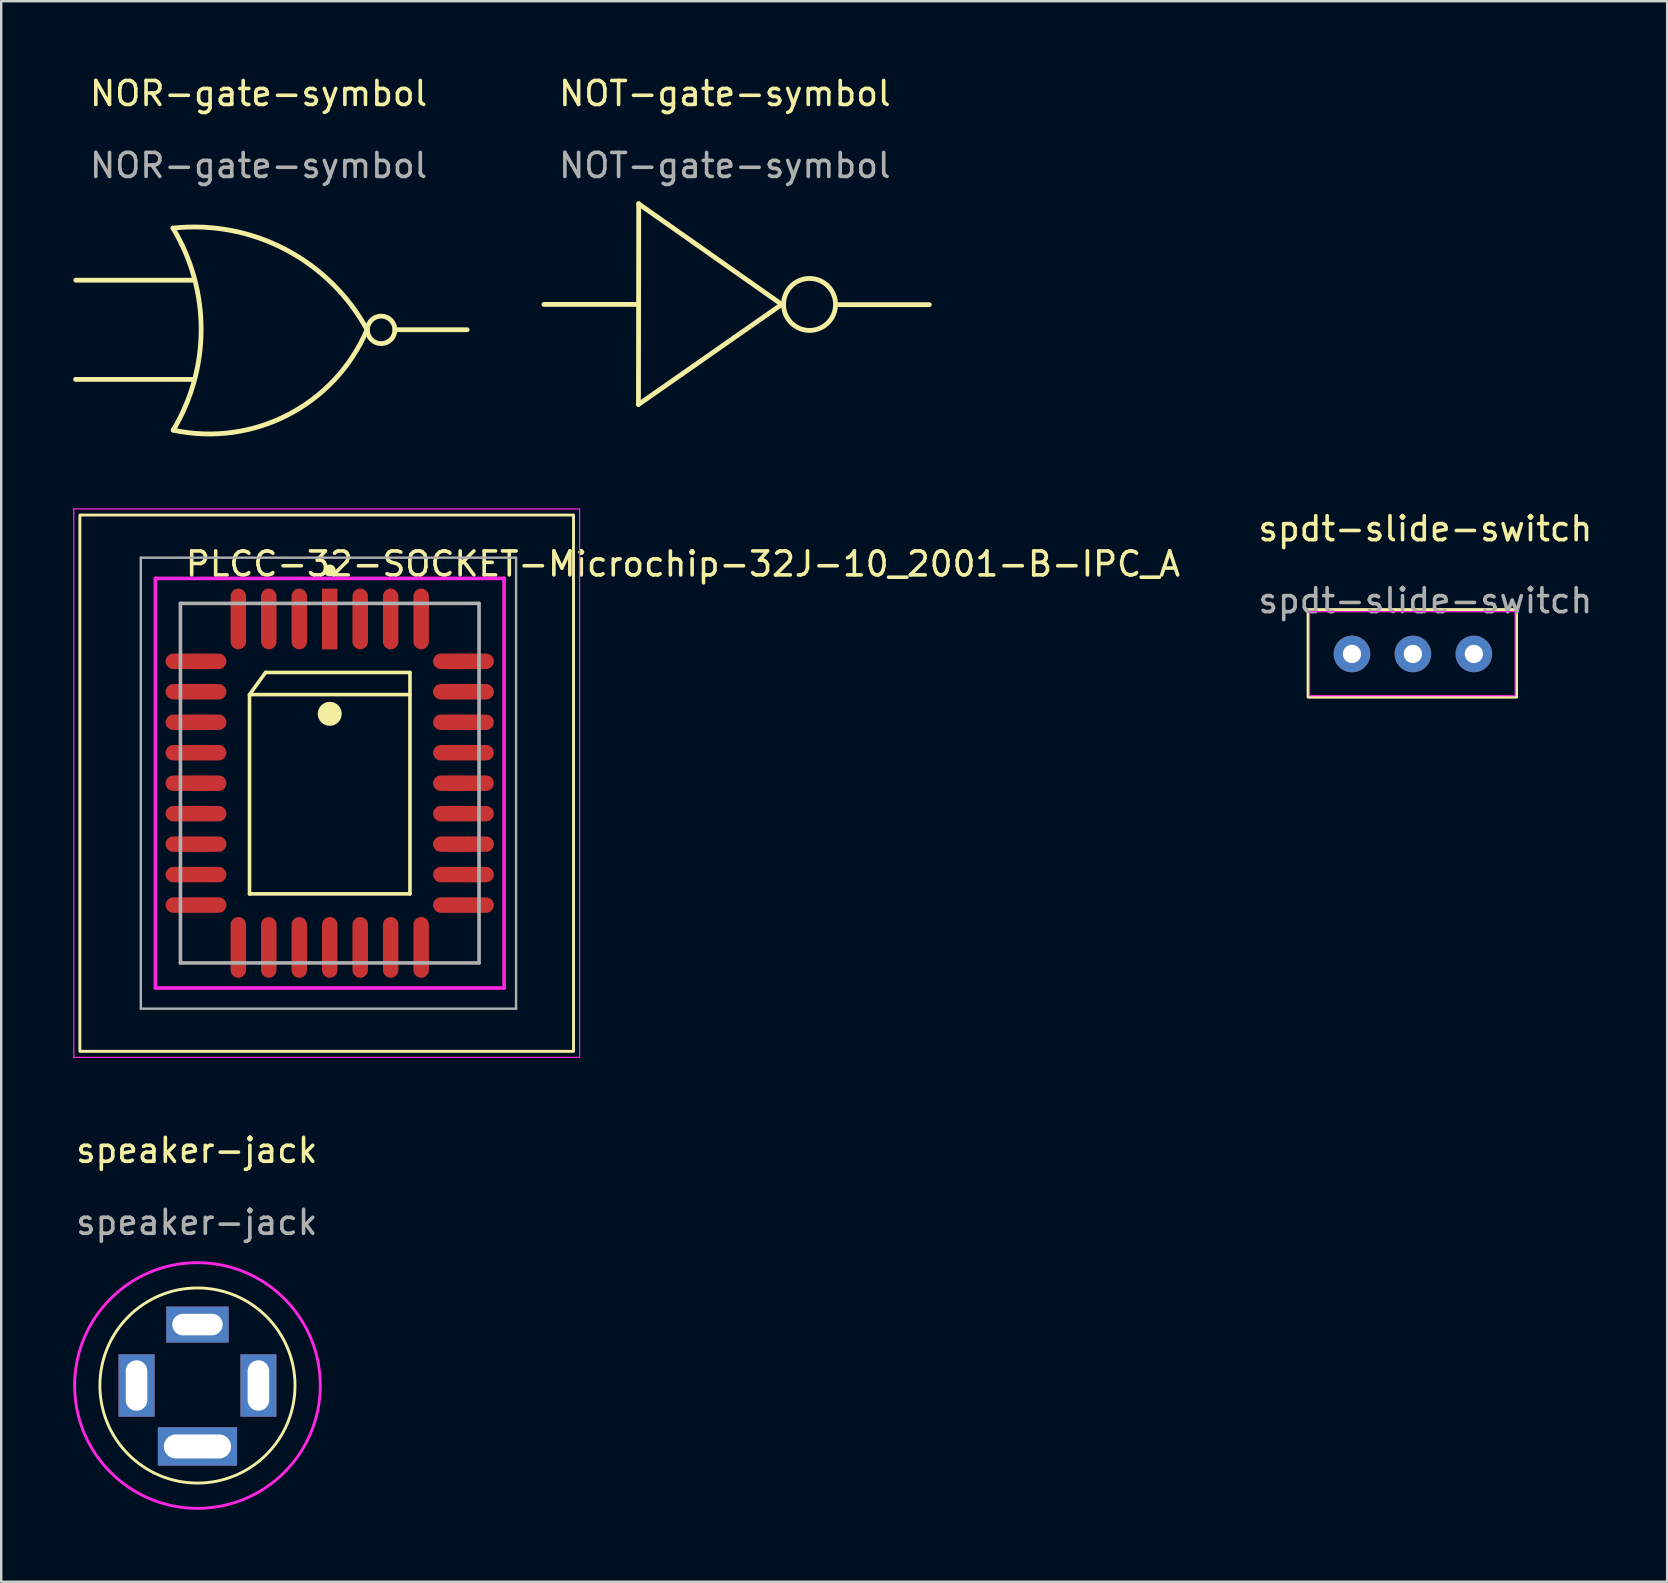
<source format=kicad_pcb>
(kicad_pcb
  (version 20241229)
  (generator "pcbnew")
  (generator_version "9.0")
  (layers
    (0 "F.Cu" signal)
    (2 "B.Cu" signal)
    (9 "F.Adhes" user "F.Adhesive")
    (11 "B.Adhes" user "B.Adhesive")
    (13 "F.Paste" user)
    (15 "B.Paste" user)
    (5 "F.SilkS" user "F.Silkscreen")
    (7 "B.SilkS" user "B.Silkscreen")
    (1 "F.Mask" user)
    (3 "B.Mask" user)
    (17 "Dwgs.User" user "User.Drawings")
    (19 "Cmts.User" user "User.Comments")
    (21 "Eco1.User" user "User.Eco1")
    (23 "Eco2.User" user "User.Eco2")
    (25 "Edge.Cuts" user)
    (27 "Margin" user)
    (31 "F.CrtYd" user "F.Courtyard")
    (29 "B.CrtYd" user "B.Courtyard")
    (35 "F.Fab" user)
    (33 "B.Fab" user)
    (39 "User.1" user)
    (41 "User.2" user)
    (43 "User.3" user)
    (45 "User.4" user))
  (footprint "speaker-jack"
    (layer "F.Cu")
    (at 5.15 45.396)
    (property "Reference" "speaker-jack" (at 0 -0.5 0) (unlocked yes) (layer "F.SilkS") (effects (font (size 1 1) (thickness 0.15))))
    (attr through_hole)
    (fp_circle (center 0.03 9.3) (end 2.57 12.475) (stroke (width 0.12) (type solid)) (fill no) (layer "F.SilkS"))
    (fp_circle (center 0.03 9.3) (end 2.57 13.745) (stroke (width 0.12) (type solid)) (fill no) (layer "F.CrtYd"))
    (fp_text user "${REFERENCE}" (at 0 2.5 0) (unlocked yes) (layer "F.Fab") (effects (font (size 1 1) (thickness 0.15))))
    (pad "R1" thru_hole rect (at 2.57 9.3 180) (size 1.5 2.6) (drill oval 0.9 2.1) (layers "*.Cu" "*.Mask"))
    (pad "R2" thru_hole rect (at 0.03 11.84 90) (size 1.6 3.3) (drill oval 1 2.8) (layers "*.Cu" "*.Mask"))
    (pad "S" thru_hole rect (at 0.03 6.76 90) (size 1.5 2.6) (drill oval 0.9 2.1) (layers "*.Cu" "*.Mask"))
    (pad "T" thru_hole rect (at -2.51 9.3 180) (size 1.5 2.6) (drill oval 0.9 2.1) (layers "*.Cu" "*.Mask")))
  (footprint "NOR-gate-symbol"
    (layer "F.Cu")
    (at 7.729 1.348)
    (property "Reference" "NOR-gate-symbol" (at 0 -0.5 0) (unlocked yes) (layer "F.SilkS") (effects (font (size 1 1) (thickness 0.15))))
    (fp_line (start -2.67 11.414) (end -7.629 11.414) (stroke (width 0.2) (type solid)) (layer "F.SilkS"))
    (fp_line (start -2.66 7.28) (end -7.619 7.28) (stroke (width 0.2) (type solid)) (layer "F.SilkS"))
    (fp_line (start 8.691 9.344) (end 5.68 9.344) (stroke (width 0.2) (type solid)) (layer "F.SilkS"))
    (fp_arc (start -3.57 5.11) (mid -2.395485 9.318611) (end -3.56 13.53) (stroke (width 0.2) (type solid)) (layer "F.SilkS"))
    (fp_arc (start -3.57 5.11) (mid 1.118155 5.99791) (end 4.52 9.343749) (stroke (width 0.2) (type solid)) (layer "F.SilkS"))
    (fp_arc (start 4.52 9.343749) (mid 1.231509 12.887382) (end -3.56 13.53) (stroke (width 0.2) (type solid)) (layer "F.SilkS"))
    (fp_circle (center 5.107 9.35) (end 5.68 9.35) (stroke (width 0.2) (type solid)) (fill no) (layer "F.SilkS"))
    (fp_text user "${REFERENCE}" (at 0 2.5 0) (unlocked yes) (layer "F.Fab") (effects (font (size 1 1) (thickness 0.15)))))
  (footprint "NOT-gate-symbol"
    (layer "F.Cu")
    (at 27.161 1.348)
    (property "Reference" "NOT-gate-symbol" (at 0 -0.5 0) (unlocked yes) (layer "F.SilkS") (effects (font (size 1 1) (thickness 0.15))))
    (fp_line (start -7.541 8.29) (end -3.659 8.29) (stroke (width 0.2) (type solid)) (layer "F.SilkS"))
    (fp_line (start -3.601 12.46) (end 2.37 8.29) (stroke (width 0.2) (type solid)) (layer "F.SilkS"))
    (fp_line (start -3.59 4.086) (end -3.601 12.46) (stroke (width 0.2) (type solid)) (layer "F.SilkS"))
    (fp_line (start 2.37 8.29) (end -3.59 4.1) (stroke (width 0.2) (type solid)) (layer "F.SilkS"))
    (fp_line (start 4.638 8.3) (end 8.52 8.3) (stroke (width 0.2) (type solid)) (layer "F.SilkS"))
    (fp_circle (center 3.53 8.29) (end 4.613 8.29) (stroke (width 0.2) (type solid)) (fill no) (layer "F.SilkS"))
    (fp_text user "${REFERENCE}" (at 0 2.5 0) (unlocked yes) (layer "F.Fab") (effects (font (size 1 1) (thickness 0.15)))))
  (footprint "PLCC-32-SOCKET-Microchip-32J-10_2001-B-IPC_A"
    (layer "F.Cu")
    (at 10.693 29.592)
    (property "Reference" "PLCC-32-SOCKET-Microchip-32J-10_2001-B-IPC_A" (at -6.091 -9.136 0) (layer "F.SilkS") (effects (font (size 1 1) (thickness 0.15)) (justify left)))
    (attr through_hole)
    (fp_line (start -3.344 -3.691) (end -3.344 4.614) (stroke (width 0.15) (type solid)) (layer "F.SilkS"))
    (fp_line (start -3.344 -3.691) (end 3.344 -3.691) (stroke (width 0.15) (type solid)) (layer "F.SilkS"))
    (fp_line (start -3.344 4.614) (end 3.344 4.614) (stroke (width 0.15) (type solid)) (layer "F.SilkS"))
    (fp_line (start -2.675 -4.614) (end -3.344 -3.691) (stroke (width 0.15) (type solid)) (layer "F.SilkS"))
    (fp_line (start 3.344 -4.614) (end -2.675 -4.614) (stroke (width 0.15) (type solid)) (layer "F.SilkS"))
    (fp_line (start 3.344 4.614) (end 3.344 -4.614) (stroke (width 0.15) (type solid)) (layer "F.SilkS"))
    (fp_rect (start -10.414 -11.176) (end 10.16 11.176) (stroke (width 0.12) (type solid)) (fill no) (layer "F.SilkS"))
    (fp_circle (center 0 -8.865) (end 0.125 -8.865) (stroke (width 0.25) (type solid)) (fill no) (layer "F.SilkS"))
    (fp_circle (center 0 -2.891) (end 0.25 -2.891) (stroke (width 0.5) (type solid)) (fill no) (layer "F.SilkS"))
    (fp_line (start -10.668 -11.43) (end -10.668 11.43) (stroke (width 0.05) (type solid)) (layer "F.CrtYd"))
    (fp_line (start -10.668 11.43) (end 10.414 11.43) (stroke (width 0.05) (type solid)) (layer "F.CrtYd"))
    (fp_line (start -7.266 -8.536) (end -7.266 8.536) (stroke (width 0.15) (type solid)) (layer "F.CrtYd"))
    (fp_line (start -7.266 8.536) (end 7.266 8.536) (stroke (width 0.15) (type solid)) (layer "F.CrtYd"))
    (fp_line (start 7.266 -8.536) (end -7.266 -8.536) (stroke (width 0.15) (type solid)) (layer "F.CrtYd"))
    (fp_line (start 7.266 -8.536) (end 7.266 -8.536) (stroke (width 0.15) (type solid)) (layer "F.CrtYd"))
    (fp_line (start 7.266 8.536) (end 7.266 -8.536) (stroke (width 0.15) (type solid)) (layer "F.CrtYd"))
    (fp_line (start 10.414 -11.43) (end -10.668 -11.43) (stroke (width 0.05) (type solid)) (layer "F.CrtYd"))
    (fp_line (start 10.414 11.43) (end 10.414 -11.43) (stroke (width 0.05) (type solid)) (layer "F.CrtYd"))
    (fp_line (start -7.874 -9.398) (end -7.874 9.398) (stroke (width 0.1) (type solid)) (layer "F.Fab"))
    (fp_line (start -7.874 9.398) (end 7.766 9.398) (stroke (width 0.1) (type solid)) (layer "F.Fab"))
    (fp_line (start -6.223 -7.493) (end 6.223 -7.493) (stroke (width 0.15) (type solid)) (layer "F.Fab"))
    (fp_line (start -6.223 7.493) (end -6.223 -7.493) (stroke (width 0.15) (type solid)) (layer "F.Fab"))
    (fp_line (start 6.223 -7.493) (end 6.223 7.493) (stroke (width 0.15) (type solid)) (layer "F.Fab"))
    (fp_line (start 6.223 7.493) (end -6.223 7.493) (stroke (width 0.15) (type solid)) (layer "F.Fab"))
    (fp_line (start 7.766 -9.398) (end -7.874 -9.398) (stroke (width 0.1) (type solid)) (layer "F.Fab"))
    (fp_line (start 7.766 9.398) (end 7.766 -9.398) (stroke (width 0.1) (type solid)) (layer "F.Fab"))
    (pad "1" smd rect (at 0 -6.844) (size 0.645 2.536) (layers "F.Cu" "F.Mask" "F.Paste"))
    (pad "2" smd roundrect (at -1.27 -6.844) (size 0.645 2.536) (layers "F.Cu" "F.Mask" "F.Paste") (roundrect_rratio 0.5))
    (pad "3" smd roundrect (at -2.54 -6.844) (size 0.645 2.536) (layers "F.Cu" "F.Mask" "F.Paste") (roundrect_rratio 0.5))
    (pad "4" smd roundrect (at -3.81 -6.844) (size 0.645 2.536) (layers "F.Cu" "F.Mask" "F.Paste") (roundrect_rratio 0.5))
    (pad "5" smd roundrect (at -5.574 -5.08) (size 2.536 0.645) (layers "F.Cu" "F.Mask" "F.Paste") (roundrect_rratio 0.5))
    (pad "6" smd roundrect (at -5.574 -3.81) (size 2.536 0.645) (layers "F.Cu" "F.Mask" "F.Paste") (roundrect_rratio 0.5))
    (pad "7" smd roundrect (at -5.574 -2.54) (size 2.536 0.645) (layers "F.Cu" "F.Mask" "F.Paste") (roundrect_rratio 0.5))
    (pad "8" smd roundrect (at -5.574 -1.27) (size 2.536 0.645) (layers "F.Cu" "F.Mask" "F.Paste") (roundrect_rratio 0.5))
    (pad "9" smd roundrect (at -5.574 0) (size 2.536 0.645) (layers "F.Cu" "F.Mask" "F.Paste") (roundrect_rratio 0.5))
    (pad "10" smd roundrect (at -5.574 1.27) (size 2.536 0.645) (layers "F.Cu" "F.Mask" "F.Paste") (roundrect_rratio 0.5))
    (pad "11" smd roundrect (at -5.574 2.54) (size 2.536 0.645) (layers "F.Cu" "F.Mask" "F.Paste") (roundrect_rratio 0.5))
    (pad "12" smd roundrect (at -5.574 3.81) (size 2.536 0.645) (layers "F.Cu" "F.Mask" "F.Paste") (roundrect_rratio 0.5))
    (pad "13" smd roundrect (at -5.574 5.08) (size 2.536 0.645) (layers "F.Cu" "F.Mask" "F.Paste") (roundrect_rratio 0.5))
    (pad "14" smd roundrect (at -3.81 6.844) (size 0.645 2.536) (layers "F.Cu" "F.Mask" "F.Paste") (roundrect_rratio 0.5))
    (pad "15" smd roundrect (at -2.54 6.844) (size 0.645 2.536) (layers "F.Cu" "F.Mask" "F.Paste") (roundrect_rratio 0.5))
    (pad "16" smd roundrect (at -1.27 6.844) (size 0.645 2.536) (layers "F.Cu" "F.Mask" "F.Paste") (roundrect_rratio 0.5))
    (pad "17" smd roundrect (at 0 6.844) (size 0.645 2.536) (layers "F.Cu" "F.Mask" "F.Paste") (roundrect_rratio 0.5))
    (pad "18" smd roundrect (at 1.27 6.844) (size 0.645 2.536) (layers "F.Cu" "F.Mask" "F.Paste") (roundrect_rratio 0.5))
    (pad "19" smd roundrect (at 2.54 6.844) (size 0.645 2.536) (layers "F.Cu" "F.Mask" "F.Paste") (roundrect_rratio 0.5))
    (pad "20" smd roundrect (at 3.81 6.844) (size 0.645 2.536) (layers "F.Cu" "F.Mask" "F.Paste") (roundrect_rratio 0.5))
    (pad "21" smd roundrect (at 5.574 5.08) (size 2.536 0.645) (layers "F.Cu" "F.Mask" "F.Paste") (roundrect_rratio 0.5))
    (pad "22" smd roundrect (at 5.574 3.81) (size 2.536 0.645) (layers "F.Cu" "F.Mask" "F.Paste") (roundrect_rratio 0.5))
    (pad "23" smd roundrect (at 5.574 2.54) (size 2.536 0.645) (layers "F.Cu" "F.Mask" "F.Paste") (roundrect_rratio 0.5))
    (pad "24" smd roundrect (at 5.574 1.27) (size 2.536 0.645) (layers "F.Cu" "F.Mask" "F.Paste") (roundrect_rratio 0.5))
    (pad "25" smd roundrect (at 5.574 0) (size 2.536 0.645) (layers "F.Cu" "F.Mask" "F.Paste") (roundrect_rratio 0.5))
    (pad "26" smd roundrect (at 5.574 -1.27) (size 2.536 0.645) (layers "F.Cu" "F.Mask" "F.Paste") (roundrect_rratio 0.5))
    (pad "27" smd roundrect (at 5.574 -2.54) (size 2.536 0.645) (layers "F.Cu" "F.Mask" "F.Paste") (roundrect_rratio 0.5))
    (pad "28" smd roundrect (at 5.574 -3.81) (size 2.536 0.645) (layers "F.Cu" "F.Mask" "F.Paste") (roundrect_rratio 0.5))
    (pad "29" smd roundrect (at 5.574 -5.08) (size 2.536 0.645) (layers "F.Cu" "F.Mask" "F.Paste") (roundrect_rratio 0.5))
    (pad "30" smd roundrect (at 3.81 -6.844) (size 0.645 2.536) (layers "F.Cu" "F.Mask" "F.Paste") (roundrect_rratio 0.5))
    (pad "31" smd roundrect (at 2.54 -6.844) (size 0.645 2.536) (layers "F.Cu" "F.Mask" "F.Paste") (roundrect_rratio 0.5))
    (pad "32" smd roundrect (at 1.27 -6.844) (size 0.645 2.536) (layers "F.Cu" "F.Mask" "F.Paste") (roundrect_rratio 0.5)))
  (footprint "spdt-slide-switch"
    (layer "F.Cu")
    (at 56.358 19.486)
    (property "Reference" "spdt-slide-switch" (at 0 -0.5 0) (unlocked yes) (layer "F.SilkS") (effects (font (size 1 1) (thickness 0.15))))
    (attr smd)
    (fp_rect (start 3.8 6.52) (end -4.89 2.87) (stroke (width 0.12) (type solid)) (fill no) (layer "F.SilkS"))
    (fp_rect (start -4.83 2.96) (end 3.74 6.46) (stroke (width 0.05) (type solid)) (fill no) (layer "F.CrtYd"))
    (fp_text user "${REFERENCE}" (at 0 2.5 0) (unlocked yes) (layer "F.Fab") (effects (font (size 1 1) (thickness 0.15))))
    (pad "1" thru_hole circle (at -3.06 4.72) (size 1.524 1.524) (drill 0.762) (layers "*.Cu" "*.Mask"))
    (pad "2" thru_hole circle (at -0.52 4.72) (size 1.524 1.524) (drill 0.762) (layers "*.Cu" "*.Mask"))
    (pad "3" thru_hole circle (at 2.02 4.72) (size 1.524 1.524) (drill 0.762) (layers "*.Cu" "*.Mask")))
  (gr_rect
    (start -3 -3)
    (end 66.435 62.875)
    (stroke (width 0.1) (type default))
    (fill no)
    (layer "Edge.Cuts")))
</source>
